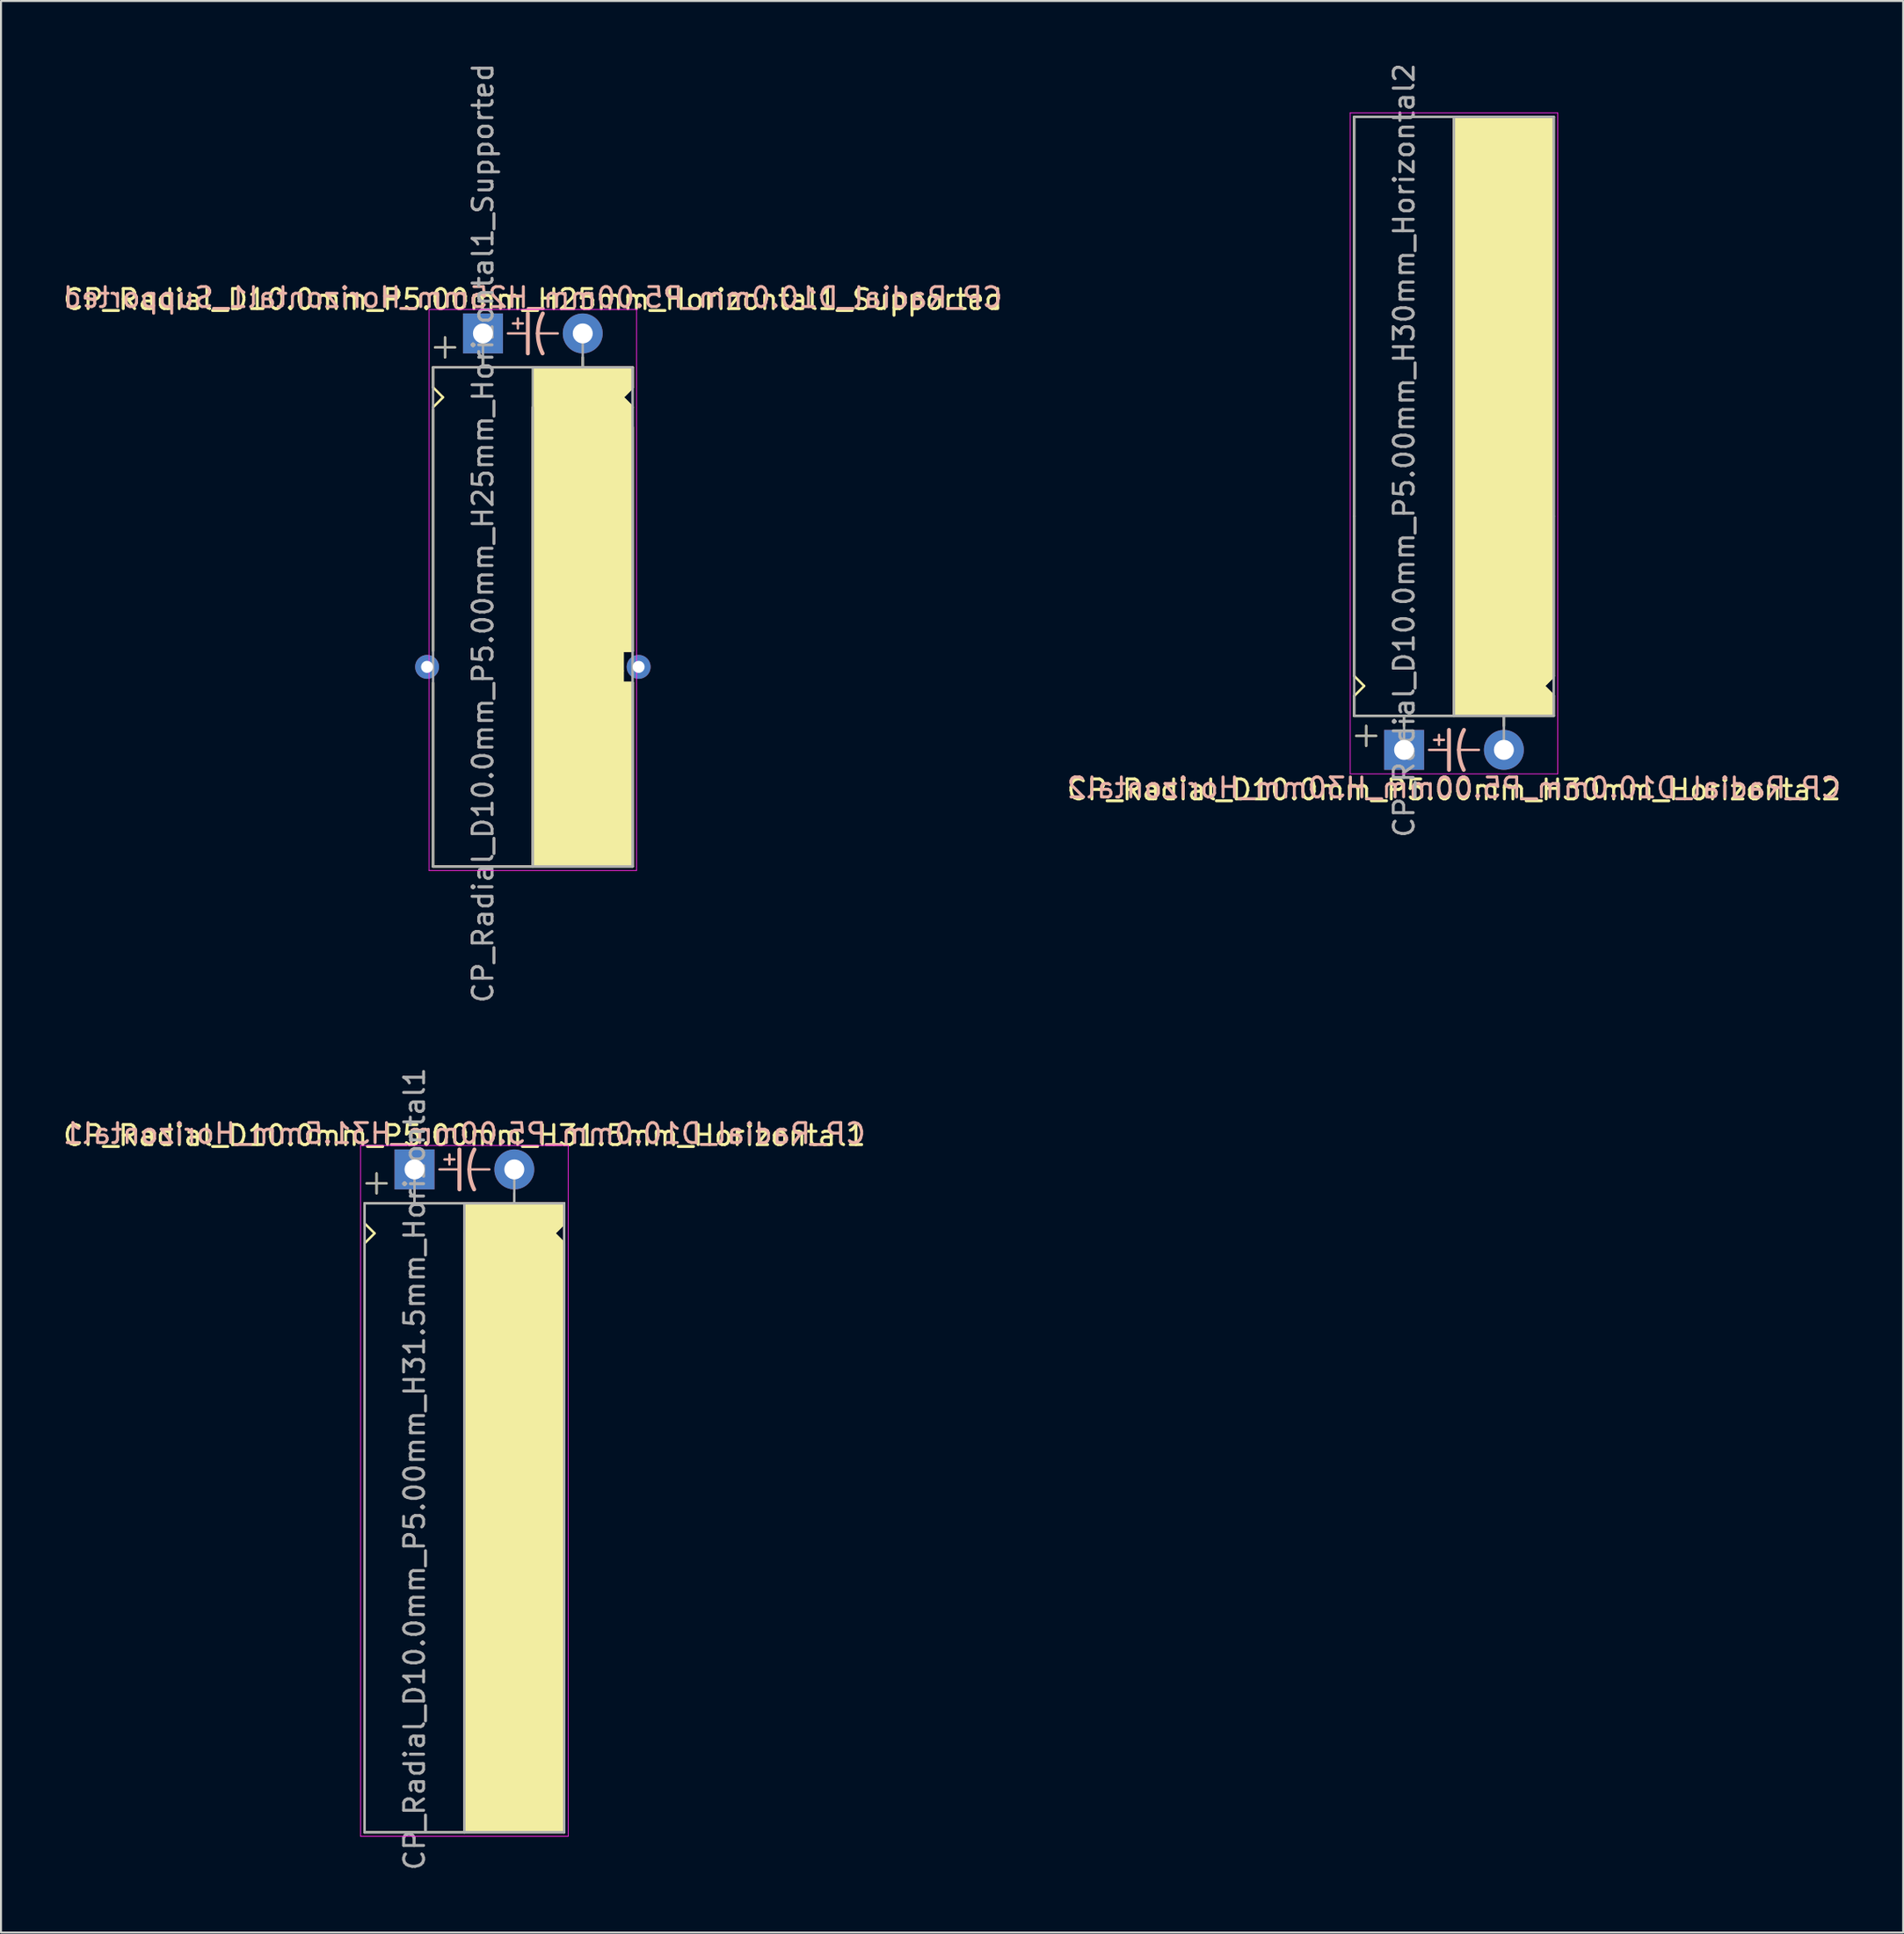
<source format=kicad_pcb>
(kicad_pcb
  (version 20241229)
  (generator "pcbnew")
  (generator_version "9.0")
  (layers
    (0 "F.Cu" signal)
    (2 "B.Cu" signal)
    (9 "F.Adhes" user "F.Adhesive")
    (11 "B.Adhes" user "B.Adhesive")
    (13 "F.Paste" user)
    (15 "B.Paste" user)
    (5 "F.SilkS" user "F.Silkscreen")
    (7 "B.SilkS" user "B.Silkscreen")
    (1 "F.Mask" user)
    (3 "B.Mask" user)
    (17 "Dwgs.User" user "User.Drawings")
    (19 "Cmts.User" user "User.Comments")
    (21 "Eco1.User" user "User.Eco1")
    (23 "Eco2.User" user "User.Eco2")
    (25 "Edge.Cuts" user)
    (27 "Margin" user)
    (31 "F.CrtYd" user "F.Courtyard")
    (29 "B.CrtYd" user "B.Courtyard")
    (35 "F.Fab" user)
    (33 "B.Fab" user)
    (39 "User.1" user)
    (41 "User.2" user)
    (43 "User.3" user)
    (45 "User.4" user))
  (footprint "CP_Radial_D10.0mm_P5.00mm_H31.5mm_Horizontal1"
    (layer "F.Cu")
    (at 17.72 55.518)
    (property "Reference" "CP_Radial_D10.0mm_P5.00mm_H31.5mm_Horizontal1" (at 2.5 -1.7 0) (layer "F.SilkS") (effects (font (size 1 1) (thickness 0.15))))
    (fp_line (start -2.5 1.7) (end -2.5 2.7) (stroke (width 0.12) (type solid)) (layer "F.SilkS"))
    (fp_line (start -2.5 2.7) (end -2 3.2) (stroke (width 0.12) (type solid)) (layer "F.SilkS"))
    (fp_line (start -2.5 3.7) (end -2.5 11.7) (stroke (width 0.12) (type solid)) (layer "F.SilkS"))
    (fp_line (start -2.5 11.7) (end -2.5 33.2) (stroke (width 0.12) (type solid)) (layer "F.SilkS"))
    (fp_line (start -2.5 33.2) (end 7.5 33.2) (stroke (width 0.12) (type solid)) (layer "F.SilkS"))
    (fp_line (start -2 3.2) (end -2.5 3.7) (stroke (width 0.12) (type solid)) (layer "F.SilkS"))
    (fp_line (start -1.9 0.2) (end -1.9 1.2) (stroke (width 0.12) (type solid)) (layer "F.SilkS"))
    (fp_line (start -1.4 0.7) (end -2.4 0.7) (stroke (width 0.12) (type solid)) (layer "F.SilkS"))
    (fp_line (start 0 1.7) (end 0 1.2) (stroke (width 0.12) (type solid)) (layer "F.SilkS"))
    (fp_line (start 2.5 1.7) (end -2.5 1.7) (stroke (width 0.12) (type solid)) (layer "F.SilkS"))
    (fp_line (start 2.5 33.2) (end 2.5 3.2) (stroke (width 0.12) (type solid)) (layer "F.SilkS"))
    (fp_line (start 5 1.7) (end 5 1.2) (stroke (width 0.12) (type solid)) (layer "F.SilkS"))
    (fp_line (start 7 3.2) (end 7.5 3.7) (stroke (width 0.12) (type solid)) (layer "F.SilkS"))
    (fp_line (start 7.5 1.7) (end 2.5 1.7) (stroke (width 0.12) (type solid)) (layer "F.SilkS"))
    (fp_line (start 7.5 1.7) (end 7.5 2.7) (stroke (width 0.12) (type solid)) (layer "F.SilkS"))
    (fp_line (start 7.5 2.7) (end 7 3.2) (stroke (width 0.12) (type solid)) (layer "F.SilkS"))
    (fp_line (start 7.5 3.7) (end 7.5 11.7) (stroke (width 0.12) (type solid)) (layer "F.SilkS"))
    (fp_line (start 7.5 11.7) (end 7.5 33.2) (stroke (width 0.12) (type solid)) (layer "F.SilkS"))
    (fp_poly (pts (xy 7.5 2.7) (xy 7 3.2) (xy 7.5 3.7) (xy 7.5 33.2) (xy 2.5 33.2) (xy 2.5 1.7) (xy 7.5 1.7)) (stroke (width 0.1) (type solid)) (fill yes) (layer "F.SilkS"))
    (fp_line (start 1.25 0) (end 2.25 0) (stroke (width 0.12) (type solid)) (layer "B.SilkS"))
    (fp_line (start 1.5 -0.5) (end 2 -0.5) (stroke (width 0.12) (type solid)) (layer "B.SilkS"))
    (fp_line (start 1.75 -0.75) (end 1.75 -0.25) (stroke (width 0.12) (type solid)) (layer "B.SilkS"))
    (fp_line (start 2.25 1) (end 2.25 -1) (stroke (width 0.2) (type solid)) (layer "B.SilkS"))
    (fp_line (start 3.75 0) (end 2.75 0) (stroke (width 0.12) (type solid)) (layer "B.SilkS"))
    (fp_arc (start 2.75 0) (mid 2.816707 -0.514573) (end 3 -1) (stroke (width 0.2) (type solid)) (layer "B.SilkS"))
    (fp_arc (start 2.987539 1) (mid 2.810248 0.513901) (end 2.75 0) (stroke (width 0.2) (type solid)) (layer "B.SilkS"))
    (fp_line (start -2.7 -1.2) (end 5.3 -1.2) (stroke (width 0.04) (type solid)) (layer "F.CrtYd"))
    (fp_line (start -2.7 33.4) (end -2.7 -1.2) (stroke (width 0.04) (type solid)) (layer "F.CrtYd"))
    (fp_line (start 5.3 -1.2) (end 7.7 -1.2) (stroke (width 0.04) (type solid)) (layer "F.CrtYd"))
    (fp_line (start 7.7 -1.2) (end 7.7 33.4) (stroke (width 0.04) (type solid)) (layer "F.CrtYd"))
    (fp_line (start 7.7 33.4) (end -2.7 33.4) (stroke (width 0.04) (type solid)) (layer "F.CrtYd"))
    (fp_line (start -2.5 1.7) (end -2.5 33.2) (stroke (width 0.12) (type solid)) (layer "F.Fab"))
    (fp_line (start -2.5 33.2) (end 7.5 33.2) (stroke (width 0.12) (type solid)) (layer "F.Fab"))
    (fp_line (start -2.4 0.7) (end -1.4 0.7) (stroke (width 0.1) (type solid)) (layer "F.Fab"))
    (fp_line (start -1.9 1.2) (end -1.9 0.2) (stroke (width 0.1) (type solid)) (layer "F.Fab"))
    (fp_line (start 0 1.7) (end 0 0) (stroke (width 0.12) (type solid)) (layer "F.Fab"))
    (fp_line (start 2.5 1.7) (end 2.5 33.2) (stroke (width 0.12) (type solid)) (layer "F.Fab"))
    (fp_line (start 5 1.7) (end 5 0) (stroke (width 0.12) (type solid)) (layer "F.Fab"))
    (fp_line (start 7.5 1.7) (end -2.5 1.7) (stroke (width 0.12) (type solid)) (layer "F.Fab"))
    (fp_line (start 7.5 33.2) (end 7.5 1.7) (stroke (width 0.12) (type solid)) (layer "F.Fab"))
    (fp_poly (pts (xy 7.5 33.2) (xy 2.5 33.2) (xy 2.5 1.7) (xy 7.5 1.7)) (stroke (width 0.1) (type solid)) (fill no) (layer "F.Fab"))
    (fp_text user "${REFERENCE}" (at 2.5 -1.8 0) (layer "B.SilkS") (effects (font (size 1 1) (thickness 0.15)) (justify mirror)))
    (fp_text user "${REFERENCE}" (at 0 15 90) (layer "F.Fab") (effects (font (size 1 1) (thickness 0.15))))
    (pad "1" thru_hole rect (at 0 0) (size 2 2) (drill 1) (layers "*.Cu" "*.Mask"))
    (pad "2" thru_hole circle (at 5 0) (size 2 2) (drill 1) (layers "*.Cu" "*.Mask")))
  (footprint "CP_Radial_D10.0mm_P5.00mm_H25mm_Horizontal1_Supported"
    (layer "F.Cu")
    (at 21.149 13.649)
    (property "Reference" "CP_Radial_D10.0mm_P5.00mm_H25mm_Horizontal1_Supported" (at 2.5 -1.7 0) (layer "F.SilkS") (effects (font (size 1 1) (thickness 0.15))))
    (fp_line (start -2.5 1.7) (end -2.5 2.7) (stroke (width 0.12) (type solid)) (layer "F.SilkS"))
    (fp_line (start -2.5 2.7) (end -2 3.2) (stroke (width 0.12) (type solid)) (layer "F.SilkS"))
    (fp_line (start -2.5 3.8) (end -2.5 15.9) (stroke (width 0.12) (type solid)) (layer "F.SilkS"))
    (fp_line (start -2.5 17.5) (end -2.5 26.7) (stroke (width 0.12) (type solid)) (layer "F.SilkS"))
    (fp_line (start -2.5 26.7) (end 7.5 26.7) (stroke (width 0.12) (type solid)) (layer "F.SilkS"))
    (fp_line (start -2 3.2) (end -2.5 3.7) (stroke (width 0.12) (type solid)) (layer "F.SilkS"))
    (fp_line (start -1.9 0.2) (end -1.9 1.2) (stroke (width 0.12) (type solid)) (layer "F.SilkS"))
    (fp_line (start -1.4 0.7) (end -2.4 0.7) (stroke (width 0.12) (type solid)) (layer "F.SilkS"))
    (fp_line (start 0 1.7) (end 0 1.2) (stroke (width 0.12) (type solid)) (layer "F.SilkS"))
    (fp_line (start 2.5 1.7) (end -2.5 1.7) (stroke (width 0.12) (type solid)) (layer "F.SilkS"))
    (fp_line (start 2.5 26.7) (end 2.5 3.7) (stroke (width 0.12) (type solid)) (layer "F.SilkS"))
    (fp_line (start 5 1.7) (end 5 1.2) (stroke (width 0.12) (type solid)) (layer "F.SilkS"))
    (fp_line (start 7 3.2) (end 7.5 3.7) (stroke (width 0.12) (type solid)) (layer "F.SilkS"))
    (fp_line (start 7 15.9) (end 7.5 15.9) (stroke (width 0.12) (type solid)) (layer "F.SilkS"))
    (fp_line (start 7 16.9) (end 7 15.9) (stroke (width 0.12) (type solid)) (layer "F.SilkS"))
    (fp_line (start 7 17.5) (end 7 16.9) (stroke (width 0.12) (type solid)) (layer "F.SilkS"))
    (fp_line (start 7.5 1.7) (end 2.5 1.7) (stroke (width 0.12) (type solid)) (layer "F.SilkS"))
    (fp_line (start 7.5 1.7) (end 7.5 2.7) (stroke (width 0.12) (type solid)) (layer "F.SilkS"))
    (fp_line (start 7.5 2.7) (end 7 3.2) (stroke (width 0.12) (type solid)) (layer "F.SilkS"))
    (fp_line (start 7.5 4.7) (end 7.5 15.9) (stroke (width 0.12) (type solid)) (layer "F.SilkS"))
    (fp_line (start 7.5 17.5) (end 7 17.5) (stroke (width 0.12) (type solid)) (layer "F.SilkS"))
    (fp_line (start 7.5 17.5) (end 7.5 26.7) (stroke (width 0.12) (type solid)) (layer "F.SilkS"))
    (fp_poly (pts (xy 7.5 2.7) (xy 7 3.2) (xy 7.5 3.7) (xy 7.5 15.9) (xy 7 15.9) (xy 7 17.5) (xy 7.5 17.5) (xy 7.5 26.7) (xy 2.5 26.7) (xy 2.5 1.7) (xy 7.5 1.7)) (stroke (width 0.1) (type solid)) (fill yes) (layer "F.SilkS"))
    (fp_line (start 1.25 0) (end 2.25 0) (stroke (width 0.12) (type solid)) (layer "B.SilkS"))
    (fp_line (start 1.5 -0.5) (end 2 -0.5) (stroke (width 0.12) (type solid)) (layer "B.SilkS"))
    (fp_line (start 1.75 -0.75) (end 1.75 -0.25) (stroke (width 0.12) (type solid)) (layer "B.SilkS"))
    (fp_line (start 2.25 1) (end 2.25 -1) (stroke (width 0.2) (type solid)) (layer "B.SilkS"))
    (fp_line (start 3.75 0) (end 2.75 0) (stroke (width 0.12) (type solid)) (layer "B.SilkS"))
    (fp_arc (start 2.75 0) (mid 2.816707 -0.514573) (end 3 -1) (stroke (width 0.2) (type solid)) (layer "B.SilkS"))
    (fp_arc (start 2.987539 1) (mid 2.810248 0.513901) (end 2.75 0) (stroke (width 0.2) (type solid)) (layer "B.SilkS"))
    (fp_line (start -2.7 -1.2) (end 5.3 -1.2) (stroke (width 0.04) (type solid)) (layer "F.CrtYd"))
    (fp_line (start -2.7 26.9) (end -2.7 -1.2) (stroke (width 0.04) (type solid)) (layer "F.CrtYd"))
    (fp_line (start 5.3 -1.2) (end 7.7 -1.2) (stroke (width 0.04) (type solid)) (layer "F.CrtYd"))
    (fp_line (start 7.7 -1.2) (end 7.7 26.9) (stroke (width 0.04) (type solid)) (layer "F.CrtYd"))
    (fp_line (start 7.7 26.9) (end -2.7 26.9) (stroke (width 0.04) (type solid)) (layer "F.CrtYd"))
    (fp_line (start -2.5 1.7) (end -2.5 26.7) (stroke (width 0.12) (type solid)) (layer "F.Fab"))
    (fp_line (start -2.5 26.7) (end 7.5 26.7) (stroke (width 0.12) (type solid)) (layer "F.Fab"))
    (fp_line (start -2.4 0.7) (end -1.4 0.7) (stroke (width 0.1) (type solid)) (layer "F.Fab"))
    (fp_line (start -1.9 1.2) (end -1.9 0.2) (stroke (width 0.1) (type solid)) (layer "F.Fab"))
    (fp_line (start 0 1.7) (end 0 0) (stroke (width 0.12) (type solid)) (layer "F.Fab"))
    (fp_line (start 2.5 3.7) (end 2.5 26.7) (stroke (width 0.12) (type solid)) (layer "F.Fab"))
    (fp_line (start 5 1.7) (end 5 0) (stroke (width 0.12) (type solid)) (layer "F.Fab"))
    (fp_line (start 7.5 1.7) (end -2.5 1.7) (stroke (width 0.12) (type solid)) (layer "F.Fab"))
    (fp_line (start 7.5 26.7) (end 7.5 1.7) (stroke (width 0.12) (type solid)) (layer "F.Fab"))
    (fp_poly (pts (xy 7.5 26.7) (xy 2.5 26.7) (xy 2.5 1.7) (xy 7.5 1.7)) (stroke (width 0.1) (type solid)) (fill no) (layer "F.Fab"))
    (fp_text user "${REFERENCE}" (at 2.5 -1.8 0) (layer "B.SilkS") (effects (font (size 1 1) (thickness 0.15)) (justify mirror)))
    (fp_text user "${REFERENCE}" (at 0 10 90) (layer "F.Fab") (effects (font (size 1 1) (thickness 0.15))))
    (pad "1" thru_hole rect (at 0 0) (size 2 2) (drill 1) (layers "*.Cu" "*.Mask"))
    (pad "2" thru_hole circle (at 5 0) (size 2 2) (drill 1) (layers "*.Cu" "*.Mask"))
    (pad "~" thru_hole circle (at -2.8 16.7) (size 1.2 1.2) (drill 0.6) (layers "*.Cu" "*.Mask"))
    (pad "~" thru_hole circle (at 7.8 16.7) (size 1.2 1.2) (drill 0.6) (layers "*.Cu" "*.Mask")))
  (footprint "CP_Radial_D10.0mm_P5.00mm_H30mm_Horizontal2"
    (layer "F.Cu")
    (at 67.304 34.506)
    (property "Reference" "CP_Radial_D10.0mm_P5.00mm_H30mm_Horizontal2" (at 2.5 2 0) (layer "F.SilkS") (effects (font (size 1 1) (thickness 0.15))))
    (fp_line (start -2.5 -31.7) (end 7.5 -31.7) (stroke (width 0.12) (type solid)) (layer "F.SilkS"))
    (fp_line (start -2.5 -11.7) (end -2.5 -31.7) (stroke (width 0.12) (type solid)) (layer "F.SilkS"))
    (fp_line (start -2.5 -3.7) (end -2.5 -11.7) (stroke (width 0.12) (type solid)) (layer "F.SilkS"))
    (fp_line (start -2.5 -2.7) (end -2 -3.2) (stroke (width 0.12) (type solid)) (layer "F.SilkS"))
    (fp_line (start -2.5 -1.7) (end -2.5 -2.7) (stroke (width 0.12) (type solid)) (layer "F.SilkS"))
    (fp_line (start -2 -3.2) (end -2.5 -3.7) (stroke (width 0.12) (type solid)) (layer "F.SilkS"))
    (fp_line (start -1.9 -1.2) (end -1.9 -0.2) (stroke (width 0.12) (type solid)) (layer "F.SilkS"))
    (fp_line (start -1.4 -0.7) (end -2.4 -0.7) (stroke (width 0.12) (type solid)) (layer "F.SilkS"))
    (fp_line (start 0 -1.7) (end 0 -1.2) (stroke (width 0.12) (type solid)) (layer "F.SilkS"))
    (fp_line (start 2.5 -31.7) (end 2.5 -1.7) (stroke (width 0.12) (type solid)) (layer "F.SilkS"))
    (fp_line (start 2.5 -1.7) (end -2.5 -1.7) (stroke (width 0.12) (type solid)) (layer "F.SilkS"))
    (fp_line (start 5 -1.7) (end 5 -1.2) (stroke (width 0.12) (type solid)) (layer "F.SilkS"))
    (fp_line (start 7 -3.2) (end 7.5 -3.7) (stroke (width 0.12) (type solid)) (layer "F.SilkS"))
    (fp_line (start 7.5 -11.7) (end 7.5 -31.7) (stroke (width 0.12) (type solid)) (layer "F.SilkS"))
    (fp_line (start 7.5 -3.7) (end 7.5 -11.7) (stroke (width 0.12) (type solid)) (layer "F.SilkS"))
    (fp_line (start 7.5 -2.7) (end 7 -3.2) (stroke (width 0.12) (type solid)) (layer "F.SilkS"))
    (fp_line (start 7.5 -1.7) (end 2.5 -1.7) (stroke (width 0.12) (type solid)) (layer "F.SilkS"))
    (fp_line (start 7.5 -1.7) (end 7.5 -2.7) (stroke (width 0.12) (type solid)) (layer "F.SilkS"))
    (fp_poly (pts (xy 7.5 -2.7) (xy 7 -3.2) (xy 7.5 -3.7) (xy 7.5 -31.7) (xy 2.5 -31.7) (xy 2.5 -1.7) (xy 7.5 -1.7)) (stroke (width 0.1) (type solid)) (fill yes) (layer "F.SilkS"))
    (fp_line (start 1.25 0) (end 2.25 0) (stroke (width 0.12) (type solid)) (layer "B.SilkS"))
    (fp_line (start 1.5 -0.5) (end 2 -0.5) (stroke (width 0.12) (type solid)) (layer "B.SilkS"))
    (fp_line (start 1.75 -0.75) (end 1.75 -0.25) (stroke (width 0.12) (type solid)) (layer "B.SilkS"))
    (fp_line (start 2.25 1) (end 2.25 -1) (stroke (width 0.2) (type solid)) (layer "B.SilkS"))
    (fp_line (start 3.75 0) (end 2.75 0) (stroke (width 0.12) (type solid)) (layer "B.SilkS"))
    (fp_arc (start 2.75 0) (mid 2.816707 -0.514573) (end 3 -1) (stroke (width 0.2) (type solid)) (layer "B.SilkS"))
    (fp_arc (start 2.987539 1) (mid 2.810248 0.513901) (end 2.75 0) (stroke (width 0.2) (type solid)) (layer "B.SilkS"))
    (fp_line (start -2.7 -31.9) (end -2.7 1.2) (stroke (width 0.04) (type solid)) (layer "F.CrtYd"))
    (fp_line (start -2.7 1.2) (end 5.3 1.2) (stroke (width 0.04) (type solid)) (layer "F.CrtYd"))
    (fp_line (start 5.3 1.2) (end 7.7 1.2) (stroke (width 0.04) (type solid)) (layer "F.CrtYd"))
    (fp_line (start 7.7 -31.9) (end -2.7 -31.9) (stroke (width 0.04) (type solid)) (layer "F.CrtYd"))
    (fp_line (start 7.7 1.2) (end 7.7 -31.9) (stroke (width 0.04) (type solid)) (layer "F.CrtYd"))
    (fp_line (start -2.5 -31.7) (end 7.5 -31.7) (stroke (width 0.12) (type solid)) (layer "F.Fab"))
    (fp_line (start -2.5 -1.7) (end -2.5 -31.7) (stroke (width 0.12) (type solid)) (layer "F.Fab"))
    (fp_line (start -2.4 -0.7) (end -1.4 -0.7) (stroke (width 0.1) (type solid)) (layer "F.Fab"))
    (fp_line (start -1.9 -0.2) (end -1.9 -1.2) (stroke (width 0.1) (type solid)) (layer "F.Fab"))
    (fp_line (start 0 -1.7) (end 0 0) (stroke (width 0.12) (type solid)) (layer "F.Fab"))
    (fp_line (start 2.5 -1.7) (end 2.5 -31.7) (stroke (width 0.12) (type solid)) (layer "F.Fab"))
    (fp_line (start 5 -1.7) (end 5 0) (stroke (width 0.12) (type solid)) (layer "F.Fab"))
    (fp_line (start 7.5 -31.7) (end 7.5 -1.7) (stroke (width 0.12) (type solid)) (layer "F.Fab"))
    (fp_line (start 7.5 -1.7) (end -2.5 -1.7) (stroke (width 0.12) (type solid)) (layer "F.Fab"))
    (fp_poly (pts (xy 7.5 -31.7) (xy 2.5 -31.7) (xy 2.5 -1.7) (xy 7.5 -1.7)) (stroke (width 0.1) (type solid)) (fill no) (layer "F.Fab"))
    (fp_text user "${REFERENCE}" (at 2.5 1.9 0) (layer "B.SilkS") (effects (font (size 1 1) (thickness 0.15)) (justify mirror)))
    (fp_text user "${REFERENCE}" (at 0 -15 90) (layer "F.Fab") (effects (font (size 1 1) (thickness 0.15))))
    (pad "1" thru_hole rect (at 0 0) (size 2 2) (drill 1) (layers "*.Cu" "*.Mask"))
    (pad "2" thru_hole circle (at 5 0) (size 2 2) (drill 1) (layers "*.Cu" "*.Mask")))
  (gr_rect
    (start -3 -3)
    (end 92.31 93.738)
    (stroke (width 0.1) (type default))
    (fill no)
    (layer "Edge.Cuts")))
</source>
